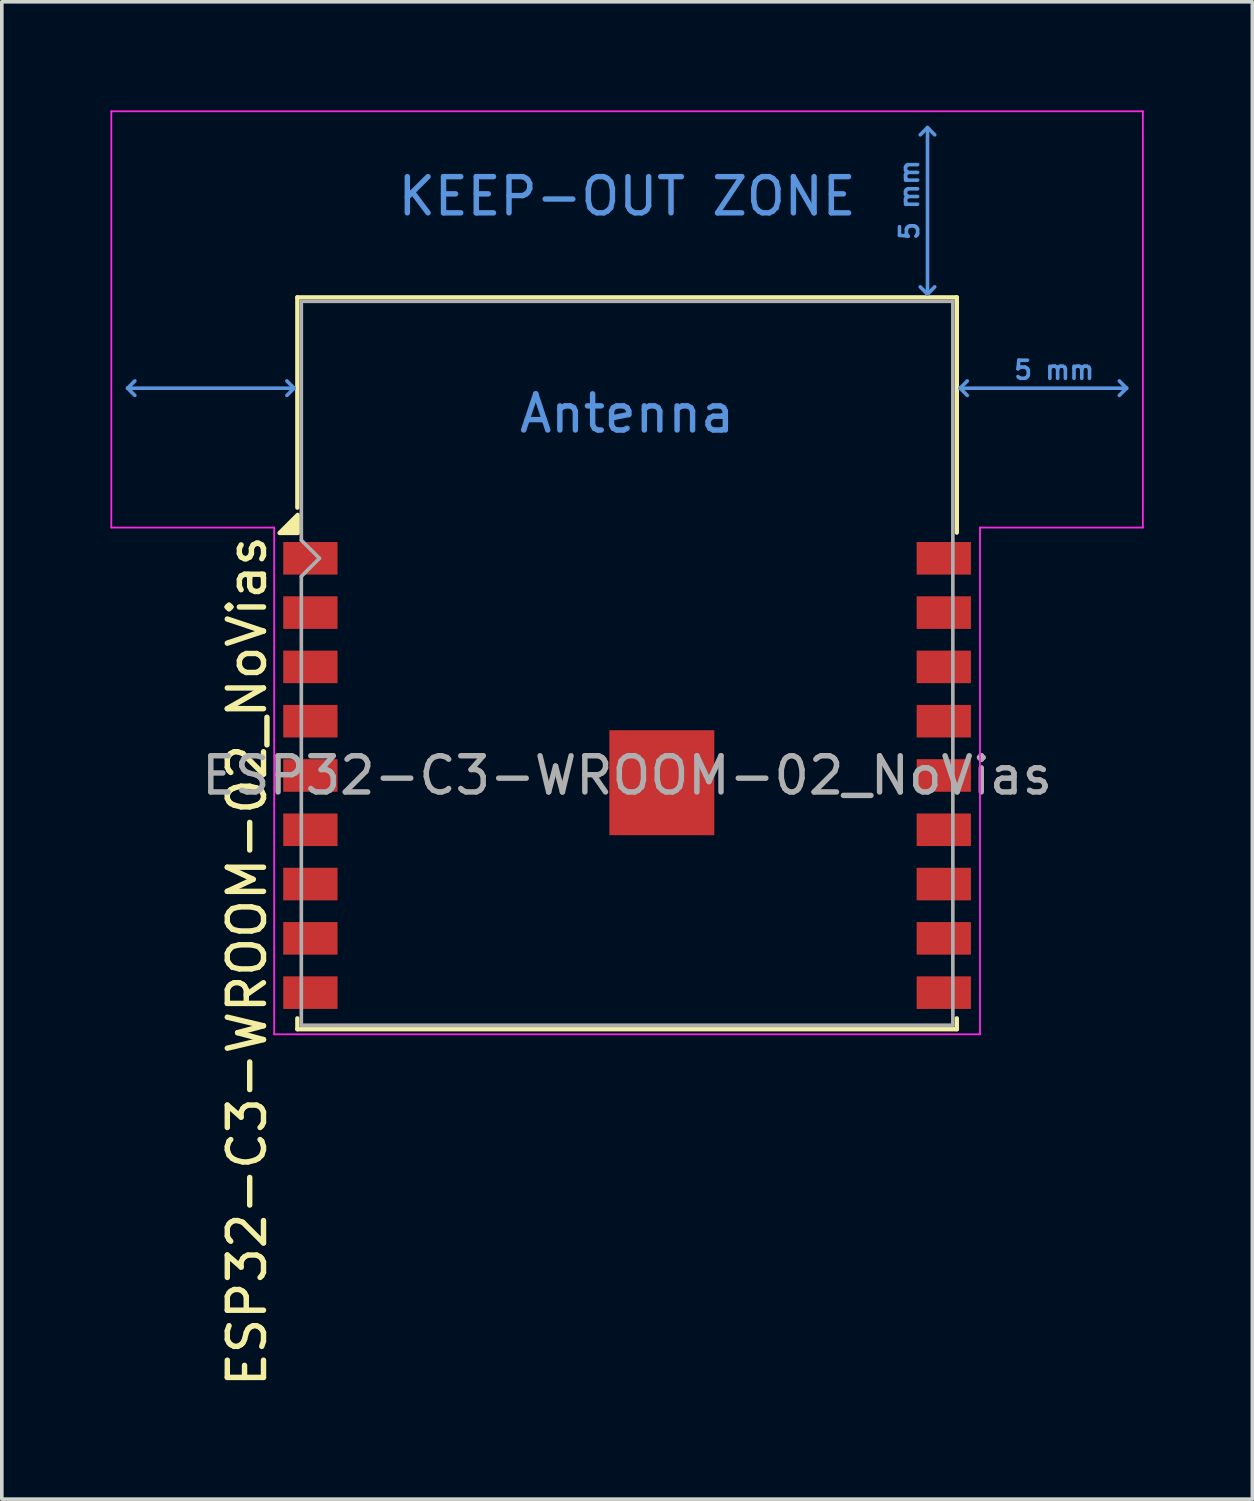
<source format=kicad_pcb>
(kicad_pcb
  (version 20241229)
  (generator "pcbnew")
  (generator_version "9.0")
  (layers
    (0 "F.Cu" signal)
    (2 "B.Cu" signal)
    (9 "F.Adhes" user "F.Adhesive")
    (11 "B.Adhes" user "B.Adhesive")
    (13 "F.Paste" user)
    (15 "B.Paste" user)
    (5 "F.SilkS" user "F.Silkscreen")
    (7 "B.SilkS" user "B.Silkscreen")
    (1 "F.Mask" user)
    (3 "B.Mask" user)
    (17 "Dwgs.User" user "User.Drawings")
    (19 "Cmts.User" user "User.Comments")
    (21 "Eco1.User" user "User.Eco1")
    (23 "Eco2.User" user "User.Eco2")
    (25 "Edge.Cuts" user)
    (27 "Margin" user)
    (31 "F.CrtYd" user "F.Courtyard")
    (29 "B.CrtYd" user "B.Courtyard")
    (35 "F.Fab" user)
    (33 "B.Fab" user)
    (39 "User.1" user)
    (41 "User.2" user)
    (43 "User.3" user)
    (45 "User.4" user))
  (footprint "ESP32-C3-WROOM-02_NoVias"
    (layer "F.Cu")
    (at 14.275 18.375)
    (property "Reference" "ESP32-C3-WROOM-02_NoVias" (at -10.5 5.13 90) (layer "F.SilkS") (effects (font (size 1 1) (thickness 0.15))))
    (attr smd)
    (fp_line (start -9.11 -13.21) (end -9.11 -7.4) (stroke (width 0.12) (type solid)) (layer "F.SilkS"))
    (fp_line (start -9.11 -13.21) (end 9.11 -13.21) (stroke (width 0.12) (type solid)) (layer "F.SilkS"))
    (fp_line (start -9.11 6.71) (end -9.11 7.01) (stroke (width 0.12) (type solid)) (layer "F.SilkS"))
    (fp_line (start -9.11 7.01) (end 9.11 7.01) (stroke (width 0.12) (type solid)) (layer "F.SilkS"))
    (fp_line (start 9.11 -13.21) (end 9.11 -6.71) (stroke (width 0.12) (type solid)) (layer "F.SilkS"))
    (fp_line (start 9.11 6.71) (end 9.11 7.01) (stroke (width 0.12) (type solid)) (layer "F.SilkS"))
    (fp_poly (pts (xy -9.1 -6.7) (xy -9.6 -6.7) (xy -9.1 -7.2) (xy -9.1 -6.7)) (stroke (width 0.12) (type solid)) (fill yes) (layer "F.SilkS"))
    (fp_line (start -13.8 -10.7) (end -13.6 -10.9) (stroke (width 0.1) (type solid)) (layer "Cmts.User"))
    (fp_line (start -13.8 -10.7) (end -13.6 -10.5) (stroke (width 0.1) (type solid)) (layer "Cmts.User"))
    (fp_line (start -13.8 -10.7) (end -9.2 -10.7) (stroke (width 0.1) (type solid)) (layer "Cmts.User"))
    (fp_line (start -9.2 -10.7) (end -9.4 -10.9) (stroke (width 0.1) (type solid)) (layer "Cmts.User"))
    (fp_line (start -9.2 -10.7) (end -9.4 -10.5) (stroke (width 0.1) (type solid)) (layer "Cmts.User"))
    (fp_line (start 8.3 -17.9) (end 8.1 -17.7) (stroke (width 0.1) (type solid)) (layer "Cmts.User"))
    (fp_line (start 8.3 -17.9) (end 8.5 -17.7) (stroke (width 0.1) (type solid)) (layer "Cmts.User"))
    (fp_line (start 8.3 -13.3) (end 8.1 -13.5) (stroke (width 0.1) (type solid)) (layer "Cmts.User"))
    (fp_line (start 8.3 -13.3) (end 8.3 -17.9) (stroke (width 0.1) (type solid)) (layer "Cmts.User"))
    (fp_line (start 8.3 -13.3) (end 8.5 -13.5) (stroke (width 0.1) (type solid)) (layer "Cmts.User"))
    (fp_line (start 9.2 -10.7) (end 9.4 -10.9) (stroke (width 0.1) (type solid)) (layer "Cmts.User"))
    (fp_line (start 9.2 -10.7) (end 9.4 -10.5) (stroke (width 0.1) (type solid)) (layer "Cmts.User"))
    (fp_line (start 9.2 -10.7) (end 13.8 -10.7) (stroke (width 0.1) (type solid)) (layer "Cmts.User"))
    (fp_line (start 13.8 -10.7) (end 13.6 -10.9) (stroke (width 0.1) (type solid)) (layer "Cmts.User"))
    (fp_line (start 13.8 -10.7) (end 13.6 -10.5) (stroke (width 0.1) (type solid)) (layer "Cmts.User"))
    (fp_line (start -14.25 -18.35) (end -14.25 -6.85) (stroke (width 0.05) (type solid)) (layer "F.CrtYd"))
    (fp_line (start -14.25 -18.35) (end 14.25 -18.35) (stroke (width 0.05) (type solid)) (layer "F.CrtYd"))
    (fp_line (start -14.25 -6.85) (end -9.75 -6.85) (stroke (width 0.05) (type solid)) (layer "F.CrtYd"))
    (fp_line (start -9.75 7.15) (end -9.75 -6.85) (stroke (width 0.05) (type solid)) (layer "F.CrtYd"))
    (fp_line (start -9.75 7.15) (end 9.75 7.15) (stroke (width 0.05) (type solid)) (layer "F.CrtYd"))
    (fp_line (start 9.75 -6.85) (end 9.75 7.15) (stroke (width 0.05) (type solid)) (layer "F.CrtYd"))
    (fp_line (start 9.75 -6.85) (end 14.25 -6.85) (stroke (width 0.05) (type solid)) (layer "F.CrtYd"))
    (fp_line (start 14.25 -18.35) (end 14.25 -6.85) (stroke (width 0.05) (type solid)) (layer "F.CrtYd"))
    (fp_line (start -9 -13.1) (end -9 -6.5) (stroke (width 0.1) (type solid)) (layer "F.Fab"))
    (fp_line (start -9 -13.1) (end 9 -13.1) (stroke (width 0.1) (type solid)) (layer "F.Fab"))
    (fp_line (start -9 -6.5) (end -8.5 -6) (stroke (width 0.1) (type solid)) (layer "F.Fab"))
    (fp_line (start -9 -5.5) (end -9 6.9) (stroke (width 0.1) (type solid)) (layer "F.Fab"))
    (fp_line (start -9 6.9) (end 9 6.9) (stroke (width 0.1) (type solid)) (layer "F.Fab"))
    (fp_line (start -8.5 -6) (end -9 -5.5) (stroke (width 0.1) (type solid)) (layer "F.Fab"))
    (fp_line (start 9 6.9) (end 9 -13.1) (stroke (width 0.1) (type solid)) (layer "F.Fab"))
    (fp_text user "KEEP-OUT ZONE" (at 0 -16 0) (layer "Cmts.User") (effects (font (size 1 1) (thickness 0.15))))
    (fp_text user "Antenna" (at 0 -10 0) (layer "Cmts.User") (effects (font (size 1 1) (thickness 0.15))))
    (fp_text user "5 mm" (at 7.8 -15.9 90) (layer "Cmts.User") (effects (font (size 0.5 0.5) (thickness 0.1))))
    (fp_text user "5 mm" (at 11.8 -11.2 0) (layer "Cmts.User") (effects (font (size 0.5 0.5) (thickness 0.1))))
    (fp_text user "${REFERENCE}" (at 0 0 0) (layer "F.Fab") (effects (font (size 1 1) (thickness 0.15))))
    (pad "" smd rect (at -0.14 -0.9) (size 0.7 0.7) (layers "F.Paste"))
    (pad "" smd rect (at -0.14 0.2) (size 0.7 0.7) (layers "F.Paste"))
    (pad "" smd rect (at -0.14 1.3) (size 0.7 0.7) (layers "F.Paste"))
    (pad "" smd rect (at 0.96 -0.9) (size 0.7 0.7) (layers "F.Paste"))
    (pad "" smd rect (at 0.96 0.2) (size 0.7 0.7) (layers "F.Paste"))
    (pad "" smd rect (at 0.96 1.3) (size 0.7 0.7) (layers "F.Paste"))
    (pad "" smd rect (at 2.06 -0.9) (size 0.7 0.7) (layers "F.Paste"))
    (pad "" smd rect (at 2.06 0.2) (size 0.7 0.7) (layers "F.Paste"))
    (pad "" smd rect (at 2.06 1.3) (size 0.7 0.7) (layers "F.Paste"))
    (pad "1" smd rect (at -8.75 -6) (size 1.5 0.9) (layers "F.Cu" "F.Mask" "F.Paste"))
    (pad "2" smd rect (at -8.75 -4.5) (size 1.5 0.9) (layers "F.Cu" "F.Mask" "F.Paste"))
    (pad "3" smd rect (at -8.75 -3) (size 1.5 0.9) (layers "F.Cu" "F.Mask" "F.Paste"))
    (pad "4" smd rect (at -8.75 -1.5) (size 1.5 0.9) (layers "F.Cu" "F.Mask" "F.Paste"))
    (pad "5" smd rect (at -8.75 0) (size 1.5 0.9) (layers "F.Cu" "F.Mask" "F.Paste"))
    (pad "6" smd rect (at -8.75 1.5) (size 1.5 0.9) (layers "F.Cu" "F.Mask" "F.Paste"))
    (pad "7" smd rect (at -8.75 3) (size 1.5 0.9) (layers "F.Cu" "F.Mask" "F.Paste"))
    (pad "8" smd rect (at -8.75 4.5) (size 1.5 0.9) (layers "F.Cu" "F.Mask" "F.Paste"))
    (pad "9" smd rect (at -8.75 6) (size 1.5 0.9) (layers "F.Cu" "F.Mask" "F.Paste"))
    (pad "10" smd rect (at 8.75 6) (size 1.5 0.9) (layers "F.Cu" "F.Mask" "F.Paste"))
    (pad "11" smd rect (at 8.75 4.5) (size 1.5 0.9) (layers "F.Cu" "F.Mask" "F.Paste"))
    (pad "12" smd rect (at 8.75 3) (size 1.5 0.9) (layers "F.Cu" "F.Mask" "F.Paste"))
    (pad "13" smd rect (at 8.75 1.5) (size 1.5 0.9) (layers "F.Cu" "F.Mask" "F.Paste"))
    (pad "14" smd rect (at 8.75 0) (size 1.5 0.9) (layers "F.Cu" "F.Mask" "F.Paste"))
    (pad "15" smd rect (at 8.75 -1.5) (size 1.5 0.9) (layers "F.Cu" "F.Mask" "F.Paste"))
    (pad "16" smd rect (at 8.75 -3) (size 1.5 0.9) (layers "F.Cu" "F.Mask" "F.Paste"))
    (pad "17" smd rect (at 8.75 -4.5) (size 1.5 0.9) (layers "F.Cu" "F.Mask" "F.Paste"))
    (pad "18" smd rect (at 8.75 -6) (size 1.5 0.9) (layers "F.Cu" "F.Mask" "F.Paste"))
    (pad "19" smd rect (at 0.96 0.2) (size 2.9 2.9) (property pad_prop_heatsink) (layers "F.Cu" "F.Mask"))
    (zone (net_name "") (layers "F.Cu" "B.Cu") (hatch full 0.508) (connect_pads) (min_thickness 0.254) (filled_areas_thickness no) (keepout (tracks not_allowed) (vias not_allowed) (pads not_allowed) (copperpour not_allowed) (footprints not_allowed)) (placement (enabled no)) (fill) (polygon (pts (xy 0.275 11.275) (xy 28.275 11.275) (xy 28.275 0.275) (xy 0.275 0.275)))))
  (gr_rect
    (start -3 -3)
    (end 31.55 38.368)
    (stroke (width 0.1) (type default))
    (fill no)
    (layer "Edge.Cuts")))
</source>
